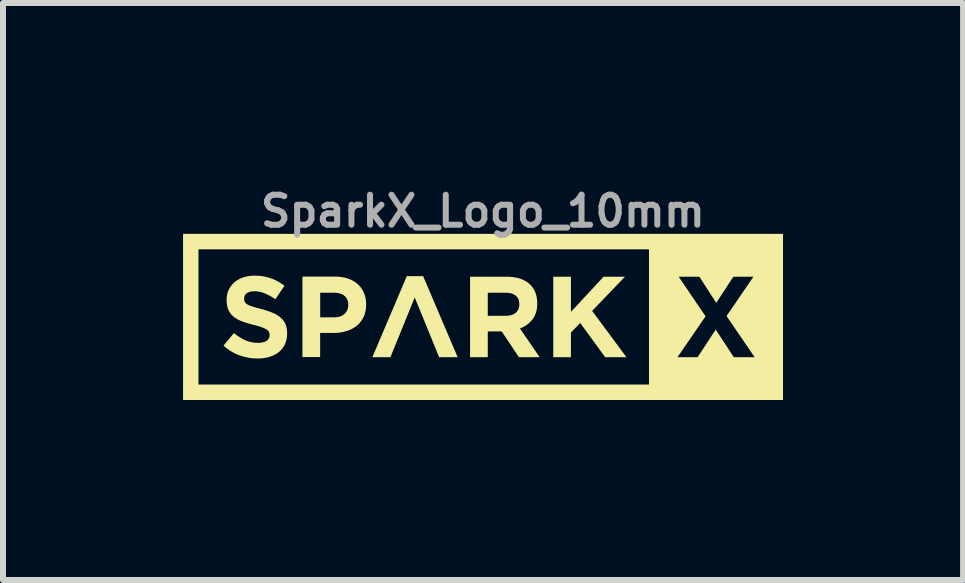
<source format=kicad_pcb>
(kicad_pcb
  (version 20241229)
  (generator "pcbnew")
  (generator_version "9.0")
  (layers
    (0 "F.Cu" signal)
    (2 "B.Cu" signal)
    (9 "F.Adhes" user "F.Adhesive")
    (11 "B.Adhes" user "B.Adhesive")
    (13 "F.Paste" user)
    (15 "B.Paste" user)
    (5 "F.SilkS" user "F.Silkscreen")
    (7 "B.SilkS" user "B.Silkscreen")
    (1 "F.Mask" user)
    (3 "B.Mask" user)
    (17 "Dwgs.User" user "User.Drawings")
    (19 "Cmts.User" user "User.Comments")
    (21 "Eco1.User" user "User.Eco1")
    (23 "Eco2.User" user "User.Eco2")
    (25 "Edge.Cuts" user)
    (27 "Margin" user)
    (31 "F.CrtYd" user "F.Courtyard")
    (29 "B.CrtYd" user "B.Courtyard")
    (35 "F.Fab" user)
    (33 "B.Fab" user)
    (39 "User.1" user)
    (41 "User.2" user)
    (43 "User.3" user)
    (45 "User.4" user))
  (footprint "SparkX_Logo_10mm"
    (layer "F.Cu")
    (at 4.996 2.218)
    (property "Reference" "SparkX_Logo_10mm" (at 0 -1.75 0) (layer "F.Fab") (effects (font (size 0.5 0.5) (thickness 0.1))))
    (attr board_only exclude_from_pos_files exclude_from_bom)
    (fp_poly (pts (xy -0.421 0.683) (xy -0.73 0.683) (xy -0.929 0.194) (xy -1.136 -0.312) (xy -1.541 0.683) (xy -1.842 0.683) (xy -1.268 -0.667) (xy -0.996 -0.667)) (stroke (width 0) (type solid)) (fill yes) (layer "F.SilkS"))
    (fp_poly (pts (xy 1.466 -0.071) (xy 2.01 -0.657) (xy 2.366 -0.657) (xy 1.82 -0.088) (xy 2.391 0.683) (xy 2.037 0.683) (xy 1.621 0.113) (xy 1.466 0.273) (xy 1.466 0.683) (xy 1.172 0.683) (xy 1.172 -0.657) (xy 1.466 -0.657)) (stroke (width 0) (type solid)) (fill yes) (layer "F.SilkS"))
    (fp_poly (pts (xy 5 1.396) (xy -4.996 1.396) (xy -4.996 -1.114) (xy -4.739 -1.114) (xy -4.739 1.139) (xy 2.767 1.139) (xy 2.767 0.683) (xy 3.242 0.683) (xy 3.577 0.683) (xy 3.879 0.223) (xy 4.18 0.683) (xy 4.527 0.683) (xy 4.059 -0.002) (xy 4.507 -0.657) (xy 4.172 -0.657) (xy 3.888 -0.222) (xy 3.607 -0.657) (xy 3.262 -0.657) (xy 3.71 0.002) (xy 3.242 0.683) (xy 2.767 0.683) (xy 2.767 -1.114) (xy -4.739 -1.114) (xy -4.996 -1.114) (xy -4.996 -1.371) (xy 5 -1.371)) (stroke (width 0) (type solid)) (fill yes) (layer "F.SilkS"))
    (fp_poly (pts (xy 0.428 -0.657) (xy 0.457 -0.655) (xy 0.485 -0.653) (xy 0.512 -0.65) (xy 0.538 -0.646) (xy 0.564 -0.641) (xy 0.588 -0.635) (xy 0.612 -0.628) (xy 0.635 -0.62) (xy 0.657 -0.611) (xy 0.678 -0.602) (xy 0.698 -0.591) (xy 0.718 -0.58) (xy 0.737 -0.568) (xy 0.755 -0.554) (xy 0.772 -0.54) (xy 0.788 -0.525) (xy 0.803 -0.51) (xy 0.817 -0.493) (xy 0.83 -0.476) (xy 0.842 -0.458) (xy 0.853 -0.439) (xy 0.863 -0.42) (xy 0.872 -0.4) (xy 0.879 -0.379) (xy 0.886 -0.358) (xy 0.892 -0.336) (xy 0.896 -0.313) (xy 0.9 -0.289) (xy 0.903 -0.265) (xy 0.904 -0.24) (xy 0.905 -0.214) (xy 0.905 -0.21) (xy 0.904 -0.19) (xy 0.903 -0.171) (xy 0.902 -0.152) (xy 0.9 -0.133) (xy 0.897 -0.115) (xy 0.893 -0.097) (xy 0.889 -0.08) (xy 0.884 -0.063) (xy 0.879 -0.047) (xy 0.873 -0.031) (xy 0.867 -0.015) (xy 0.859 -0.000348) (xy 0.852 0.014) (xy 0.843 0.028) (xy 0.834 0.042) (xy 0.825 0.055) (xy 0.815 0.067) (xy 0.804 0.079) (xy 0.793 0.091) (xy 0.782 0.102) (xy 0.77 0.113) (xy 0.758 0.123) (xy 0.746 0.133) (xy 0.733 0.143) (xy 0.72 0.152) (xy 0.706 0.161) (xy 0.692 0.169) (xy 0.678 0.177) (xy 0.663 0.185) (xy 0.648 0.192) (xy 0.633 0.198) (xy 0.617 0.204) (xy 0.945 0.683) (xy 0.6 0.683) (xy 0.313 0.254) (xy 0.081 0.254) (xy 0.081 0.683) (xy -0.214 0.683) (xy -0.214 -0.391) (xy 0.081 -0.391) (xy 0.081 -0.006) (xy 0.38 -0.006) (xy 0.393 -0.007) (xy 0.406 -0.007) (xy 0.419 -0.008) (xy 0.431 -0.01) (xy 0.443 -0.012) (xy 0.455 -0.014) (xy 0.466 -0.017) (xy 0.477 -0.02) (xy 0.487 -0.023) (xy 0.497 -0.027) (xy 0.506 -0.031) (xy 0.515 -0.036) (xy 0.524 -0.041) (xy 0.532 -0.046) (xy 0.54 -0.052) (xy 0.548 -0.058) (xy 0.555 -0.065) (xy 0.561 -0.072) (xy 0.568 -0.079) (xy 0.573 -0.087) (xy 0.578 -0.094) (xy 0.583 -0.102) (xy 0.588 -0.111) (xy 0.591 -0.119) (xy 0.595 -0.128) (xy 0.598 -0.137) (xy 0.6 -0.146) (xy 0.602 -0.156) (xy 0.604 -0.165) (xy 0.605 -0.176) (xy 0.606 -0.186) (xy 0.606 -0.196) (xy 0.606 -0.199) (xy 0.605 -0.211) (xy 0.605 -0.223) (xy 0.604 -0.234) (xy 0.602 -0.244) (xy 0.6 -0.255) (xy 0.597 -0.265) (xy 0.594 -0.274) (xy 0.591 -0.283) (xy 0.587 -0.292) (xy 0.582 -0.301) (xy 0.577 -0.309) (xy 0.572 -0.316) (xy 0.566 -0.324) (xy 0.559 -0.331) (xy 0.552 -0.337) (xy 0.545 -0.343) (xy 0.537 -0.349) (xy 0.529 -0.355) (xy 0.52 -0.36) (xy 0.511 -0.364) (xy 0.502 -0.369) (xy 0.492 -0.373) (xy 0.482 -0.376) (xy 0.471 -0.379) (xy 0.46 -0.382) (xy 0.449 -0.385) (xy 0.438 -0.387) (xy 0.426 -0.388) (xy 0.413 -0.39) (xy 0.4 -0.391) (xy 0.387 -0.391) (xy 0.374 -0.391) (xy 0.081 -0.391) (xy -0.214 -0.391) (xy -0.214 -0.657) (xy 0.399 -0.657)) (stroke (width 0) (type solid)) (fill yes) (layer "F.SilkS"))
    (fp_poly (pts (xy -2.444 -0.659) (xy -2.429 -0.659) (xy -2.414 -0.658) (xy -2.4 -0.657) (xy -2.386 -0.656) (xy -2.372 -0.654) (xy -2.358 -0.652) (xy -2.344 -0.65) (xy -2.331 -0.648) (xy -2.318 -0.646) (xy -2.305 -0.643) (xy -2.292 -0.64) (xy -2.28 -0.636) (xy -2.267 -0.633) (xy -2.255 -0.629) (xy -2.243 -0.625) (xy -2.231 -0.621) (xy -2.22 -0.616) (xy -2.209 -0.611) (xy -2.198 -0.606) (xy -2.187 -0.601) (xy -2.176 -0.596) (xy -2.166 -0.59) (xy -2.156 -0.584) (xy -2.146 -0.578) (xy -2.136 -0.572) (xy -2.126 -0.566) (xy -2.117 -0.559) (xy -2.108 -0.552) (xy -2.099 -0.545) (xy -2.091 -0.538) (xy -2.082 -0.53) (xy -2.074 -0.522) (xy -2.066 -0.514) (xy -2.058 -0.506) (xy -2.051 -0.498) (xy -2.043 -0.489) (xy -2.037 -0.481) (xy -2.03 -0.472) (xy -2.023 -0.463) (xy -2.017 -0.453) (xy -2.011 -0.444) (xy -2.005 -0.434) (xy -2 -0.425) (xy -1.995 -0.414) (xy -1.99 -0.404) (xy -1.985 -0.394) (xy -1.98 -0.383) (xy -1.976 -0.373) (xy -1.972 -0.362) (xy -1.968 -0.351) (xy -1.965 -0.339) (xy -1.962 -0.328) (xy -1.959 -0.317) (xy -1.956 -0.305) (xy -1.954 -0.293) (xy -1.952 -0.281) (xy -1.95 -0.269) (xy -1.949 -0.257) (xy -1.947 -0.245) (xy -1.947 -0.233) (xy -1.946 -0.22) (xy -1.945 -0.207) (xy -1.945 -0.194) (xy -1.945 -0.19) (xy -1.946 -0.192) (xy -1.946 -0.178) (xy -1.947 -0.164) (xy -1.948 -0.15) (xy -1.949 -0.136) (xy -1.95 -0.122) (xy -1.952 -0.109) (xy -1.954 -0.096) (xy -1.957 -0.083) (xy -1.96 -0.07) (xy -1.963 -0.058) (xy -1.966 -0.045) (xy -1.97 -0.033) (xy -1.974 -0.022) (xy -1.978 -0.01) (xy -1.983 0.001) (xy -1.988 0.013) (xy -1.994 0.023) (xy -1.999 0.034) (xy -2.005 0.045) (xy -2.011 0.055) (xy -2.018 0.065) (xy -2.024 0.075) (xy -2.031 0.084) (xy -2.038 0.094) (xy -2.046 0.103) (xy -2.053 0.112) (xy -2.061 0.12) (xy -2.069 0.129) (xy -2.078 0.137) (xy -2.086 0.145) (xy -2.095 0.153) (xy -2.104 0.16) (xy -2.113 0.168) (xy -2.123 0.175) (xy -2.133 0.181) (xy -2.142 0.188) (xy -2.152 0.194) (xy -2.163 0.201) (xy -2.173 0.206) (xy -2.184 0.212) (xy -2.195 0.218) (xy -2.206 0.223) (xy -2.217 0.228) (xy -2.228 0.233) (xy -2.24 0.237) (xy -2.252 0.241) (xy -2.264 0.246) (xy -2.276 0.249) (xy -2.301 0.256) (xy -2.327 0.263) (xy -2.352 0.268) (xy -2.379 0.272) (xy -2.405 0.275) (xy -2.433 0.278) (xy -2.46 0.279) (xy -2.488 0.279) (xy -2.712 0.279) (xy -2.712 0.681) (xy -3.007 0.681) (xy -3.007 -0.391) (xy -2.711 -0.391) (xy -2.711 0.019) (xy -2.477 0.019) (xy -2.463 0.018) (xy -2.45 0.018) (xy -2.437 0.017) (xy -2.425 0.015) (xy -2.413 0.013) (xy -2.401 0.01) (xy -2.39 0.008) (xy -2.379 0.004) (xy -2.368 0.000345) (xy -2.358 -0.004) (xy -2.348 -0.009) (xy -2.339 -0.014) (xy -2.33 -0.02) (xy -2.321 -0.026) (xy -2.313 -0.032) (xy -2.305 -0.039) (xy -2.298 -0.047) (xy -2.291 -0.055) (xy -2.284 -0.062) (xy -2.278 -0.071) (xy -2.273 -0.079) (xy -2.268 -0.087) (xy -2.263 -0.096) (xy -2.259 -0.105) (xy -2.256 -0.114) (xy -2.253 -0.124) (xy -2.25 -0.133) (xy -2.248 -0.143) (xy -2.246 -0.153) (xy -2.245 -0.163) (xy -2.244 -0.174) (xy -2.244 -0.184) (xy -2.244 -0.188) (xy -2.244 -0.201) (xy -2.245 -0.212) (xy -2.246 -0.224) (xy -2.248 -0.235) (xy -2.25 -0.246) (xy -2.253 -0.256) (xy -2.256 -0.266) (xy -2.26 -0.276) (xy -2.264 -0.285) (xy -2.269 -0.294) (xy -2.274 -0.303) (xy -2.28 -0.311) (xy -2.286 -0.318) (xy -2.293 -0.326) (xy -2.3 -0.333) (xy -2.308 -0.339) (xy -2.316 -0.346) (xy -2.325 -0.352) (xy -2.334 -0.357) (xy -2.343 -0.362) (xy -2.352 -0.367) (xy -2.362 -0.371) (xy -2.373 -0.375) (xy -2.384 -0.378) (xy -2.395 -0.381) (xy -2.406 -0.384) (xy -2.418 -0.386) (xy -2.43 -0.388) (xy -2.443 -0.389) (xy -2.456 -0.39) (xy -2.469 -0.391) (xy -2.483 -0.391) (xy -2.711 -0.391) (xy -3.007 -0.391) (xy -3.007 -0.659) (xy -2.459 -0.659)) (stroke (width 0) (type solid)) (fill yes) (layer "F.SilkS"))
    (fp_poly (pts (xy -3.785 -0.675) (xy -3.767 -0.674) (xy -3.749 -0.674) (xy -3.731 -0.672) (xy -3.714 -0.671) (xy -3.696 -0.669) (xy -3.679 -0.667) (xy -3.662 -0.664) (xy -3.645 -0.661) (xy -3.629 -0.658) (xy -3.612 -0.654) (xy -3.596 -0.65) (xy -3.58 -0.646) (xy -3.564 -0.641) (xy -3.548 -0.636) (xy -3.533 -0.631) (xy -3.517 -0.626) (xy -3.502 -0.62) (xy -3.487 -0.614) (xy -3.472 -0.607) (xy -3.458 -0.6) (xy -3.443 -0.593) (xy -3.429 -0.586) (xy -3.414 -0.578) (xy -3.4 -0.57) (xy -3.386 -0.562) (xy -3.372 -0.553) (xy -3.359 -0.544) (xy -3.345 -0.535) (xy -3.332 -0.525) (xy -3.319 -0.515) (xy -3.306 -0.505) (xy -3.459 -0.283) (xy -3.481 -0.298) (xy -3.503 -0.312) (xy -3.526 -0.326) (xy -3.548 -0.338) (xy -3.57 -0.35) (xy -3.592 -0.361) (xy -3.613 -0.371) (xy -3.635 -0.38) (xy -3.645 -0.384) (xy -3.656 -0.388) (xy -3.667 -0.392) (xy -3.677 -0.395) (xy -3.688 -0.399) (xy -3.699 -0.401) (xy -3.71 -0.404) (xy -3.721 -0.406) (xy -3.731 -0.408) (xy -3.742 -0.41) (xy -3.753 -0.412) (xy -3.764 -0.413) (xy -3.774 -0.414) (xy -3.785 -0.415) (xy -3.796 -0.415) (xy -3.807 -0.415) (xy -3.817 -0.415) (xy -3.827 -0.415) (xy -3.837 -0.414) (xy -3.847 -0.413) (xy -3.856 -0.412) (xy -3.865 -0.41) (xy -3.873 -0.409) (xy -3.882 -0.407) (xy -3.889 -0.404) (xy -3.897 -0.402) (xy -3.904 -0.399) (xy -3.911 -0.396) (xy -3.918 -0.393) (xy -3.924 -0.389) (xy -3.93 -0.385) (xy -3.935 -0.381) (xy -3.941 -0.377) (xy -3.946 -0.373) (xy -3.95 -0.368) (xy -3.954 -0.364) (xy -3.958 -0.359) (xy -3.962 -0.354) (xy -3.965 -0.349) (xy -3.968 -0.344) (xy -3.97 -0.339) (xy -3.973 -0.333) (xy -3.974 -0.328) (xy -3.976 -0.322) (xy -3.977 -0.316) (xy -3.978 -0.31) (xy -3.978 -0.304) (xy -3.978 -0.298) (xy -3.978 -0.294) (xy -3.978 -0.29) (xy -3.978 -0.286) (xy -3.978 -0.282) (xy -3.978 -0.278) (xy -3.977 -0.275) (xy -3.977 -0.271) (xy -3.976 -0.267) (xy -3.975 -0.264) (xy -3.975 -0.26) (xy -3.974 -0.257) (xy -3.973 -0.253) (xy -3.972 -0.25) (xy -3.971 -0.247) (xy -3.969 -0.243) (xy -3.968 -0.24) (xy -3.966 -0.237) (xy -3.965 -0.234) (xy -3.963 -0.231) (xy -3.961 -0.229) (xy -3.959 -0.226) (xy -3.957 -0.223) (xy -3.955 -0.22) (xy -3.952 -0.217) (xy -3.949 -0.215) (xy -3.946 -0.212) (xy -3.943 -0.209) (xy -3.94 -0.207) (xy -3.937 -0.204) (xy -3.933 -0.202) (xy -3.929 -0.199) (xy -3.926 -0.197) (xy -3.921 -0.194) (xy -3.913 -0.19) (xy -3.904 -0.185) (xy -3.894 -0.181) (xy -3.883 -0.176) (xy -3.872 -0.171) (xy -3.859 -0.167) (xy -3.846 -0.163) (xy -3.833 -0.158) (xy -3.768 -0.14) (xy -3.731 -0.129) (xy -3.69 -0.118) (xy -3.664 -0.112) (xy -3.64 -0.105) (xy -3.616 -0.097) (xy -3.593 -0.09) (xy -3.571 -0.082) (xy -3.549 -0.075) (xy -3.528 -0.067) (xy -3.508 -0.058) (xy -3.498 -0.054) (xy -3.488 -0.05) (xy -3.479 -0.046) (xy -3.469 -0.041) (xy -3.46 -0.036) (xy -3.451 -0.032) (xy -3.443 -0.027) (xy -3.434 -0.022) (xy -3.426 -0.017) (xy -3.418 -0.012) (xy -3.41 -0.006) (xy -3.402 -0.001) (xy -3.395 0.005) (xy -3.388 0.01) (xy -3.381 0.016) (xy -3.374 0.022) (xy -3.367 0.027) (xy -3.36 0.033) (xy -3.354 0.04) (xy -3.348 0.046) (xy -3.342 0.052) (xy -3.336 0.059) (xy -3.331 0.066) (xy -3.325 0.072) (xy -3.32 0.079) (xy -3.316 0.086) (xy -3.311 0.094) (xy -3.307 0.101) (xy -3.302 0.108) (xy -3.298 0.116) (xy -3.294 0.124) (xy -3.291 0.132) (xy -3.287 0.139) (xy -3.284 0.148) (xy -3.281 0.156) (xy -3.278 0.165) (xy -3.276 0.173) (xy -3.274 0.182) (xy -3.271 0.191) (xy -3.27 0.201) (xy -3.268 0.21) (xy -3.267 0.22) (xy -3.265 0.23) (xy -3.264 0.24) (xy -3.264 0.25) (xy -3.263 0.261) (xy -3.263 0.282) (xy -3.263 0.29) (xy -3.263 0.303) (xy -3.263 0.315) (xy -3.264 0.327) (xy -3.265 0.339) (xy -3.266 0.35) (xy -3.268 0.362) (xy -3.27 0.373) (xy -3.272 0.384) (xy -3.274 0.395) (xy -3.277 0.406) (xy -3.28 0.417) (xy -3.283 0.427) (xy -3.287 0.437) (xy -3.29 0.448) (xy -3.294 0.458) (xy -3.299 0.467) (xy -3.303 0.477) (xy -3.308 0.486) (xy -3.313 0.495) (xy -3.319 0.504) (xy -3.324 0.513) (xy -3.33 0.522) (xy -3.336 0.53) (xy -3.342 0.538) (xy -3.349 0.546) (xy -3.355 0.554) (xy -3.362 0.562) (xy -3.369 0.569) (xy -3.376 0.577) (xy -3.384 0.584) (xy -3.392 0.591) (xy -3.4 0.597) (xy -3.408 0.604) (xy -3.417 0.61) (xy -3.425 0.616) (xy -3.434 0.622) (xy -3.443 0.628) (xy -3.452 0.633) (xy -3.462 0.638) (xy -3.471 0.643) (xy -3.481 0.648) (xy -3.491 0.653) (xy -3.501 0.657) (xy -3.511 0.662) (xy -3.522 0.666) (xy -3.533 0.67) (xy -3.543 0.674) (xy -3.555 0.677) (xy -3.577 0.684) (xy -3.601 0.69) (xy -3.625 0.694) (xy -3.649 0.698) (xy -3.674 0.701) (xy -3.7 0.704) (xy -3.727 0.705) (xy -3.754 0.705) (xy -3.773 0.705) (xy -3.792 0.704) (xy -3.811 0.703) (xy -3.83 0.702) (xy -3.849 0.7) (xy -3.868 0.698) (xy -3.887 0.695) (xy -3.905 0.692) (xy -3.924 0.688) (xy -3.943 0.684) (xy -3.962 0.68) (xy -3.98 0.675) (xy -3.999 0.67) (xy -4.018 0.665) (xy -4.036 0.659) (xy -4.054 0.652) (xy -4.073 0.646) (xy -4.091 0.638) (xy -4.109 0.631) (xy -4.126 0.623) (xy -4.144 0.614) (xy -4.161 0.605) (xy -4.178 0.595) (xy -4.195 0.586) (xy -4.212 0.575) (xy -4.228 0.564) (xy -4.244 0.553) (xy -4.261 0.542) (xy -4.276 0.529) (xy -4.292 0.517) (xy -4.307 0.504) (xy -4.322 0.49) (xy -4.148 0.281) (xy -4.125 0.3) (xy -4.102 0.317) (xy -4.079 0.333) (xy -4.055 0.349) (xy -4.031 0.363) (xy -4.008 0.377) (xy -3.984 0.389) (xy -3.972 0.395) (xy -3.959 0.4) (xy -3.947 0.406) (xy -3.935 0.411) (xy -3.922 0.415) (xy -3.91 0.42) (xy -3.897 0.423) (xy -3.884 0.427) (xy -3.871 0.43) (xy -3.858 0.433) (xy -3.845 0.436) (xy -3.831 0.438) (xy -3.818 0.44) (xy -3.804 0.442) (xy -3.79 0.443) (xy -3.776 0.444) (xy -3.762 0.444) (xy -3.748 0.444) (xy -3.736 0.444) (xy -3.725 0.444) (xy -3.714 0.443) (xy -3.704 0.442) (xy -3.694 0.441) (xy -3.684 0.439) (xy -3.675 0.438) (xy -3.666 0.436) (xy -3.657 0.433) (xy -3.648 0.431) (xy -3.64 0.428) (xy -3.633 0.425) (xy -3.625 0.422) (xy -3.618 0.418) (xy -3.611 0.414) (xy -3.605 0.41) (xy -3.598 0.406) (xy -3.593 0.402) (xy -3.587 0.397) (xy -3.582 0.392) (xy -3.578 0.387) (xy -3.574 0.382) (xy -3.57 0.376) (xy -3.566 0.371) (xy -3.563 0.365) (xy -3.561 0.359) (xy -3.559 0.352) (xy -3.557 0.346) (xy -3.555 0.339) (xy -3.554 0.332) (xy -3.554 0.325) (xy -3.554 0.317) (xy -3.554 0.313) (xy -3.554 0.31) (xy -3.554 0.306) (xy -3.554 0.303) (xy -3.554 0.3) (xy -3.555 0.296) (xy -3.555 0.293) (xy -3.556 0.29) (xy -3.557 0.286) (xy -3.557 0.283) (xy -3.558 0.28) (xy -3.559 0.277) (xy -3.56 0.274) (xy -3.561 0.271) (xy -3.562 0.268) (xy -3.563 0.265) (xy -3.565 0.262) (xy -3.566 0.26) (xy -3.568 0.257) (xy -3.569 0.255) (xy -3.571 0.252) (xy -3.573 0.249) (xy -3.575 0.247) (xy -3.577 0.244) (xy -3.58 0.242) (xy -3.582 0.239) (xy -3.585 0.236) (xy -3.588 0.234) (xy -3.591 0.231) (xy -3.594 0.229) (xy -3.597 0.226) (xy -3.601 0.224) (xy -3.605 0.221) (xy -3.612 0.217) (xy -3.621 0.212) (xy -3.63 0.208) (xy -3.64 0.203) (xy -3.651 0.198) (xy -3.663 0.193) (xy -3.675 0.188) (xy -3.688 0.183) (xy -3.701 0.179) (xy -3.716 0.174) (xy -3.732 0.169) (xy -3.748 0.164) (xy -3.784 0.154) (xy -3.825 0.144) (xy -3.85 0.137) (xy -3.874 0.13) (xy -3.898 0.124) (xy -3.922 0.117) (xy -3.945 0.11) (xy -3.967 0.102) (xy -3.989 0.095) (xy -4.009 0.088) (xy -4.03 0.079) (xy -4.049 0.071) (xy -4.059 0.067) (xy -4.068 0.062) (xy -4.077 0.058) (xy -4.086 0.053) (xy -4.094 0.048) (xy -4.103 0.043) (xy -4.111 0.038) (xy -4.119 0.033) (xy -4.127 0.028) (xy -4.135 0.023) (xy -4.142 0.017) (xy -4.149 0.012) (xy -4.156 0.006) (xy -4.163 -0.000022) (xy -4.17 -0.006) (xy -4.176 -0.012) (xy -4.183 -0.019) (xy -4.189 -0.025) (xy -4.195 -0.032) (xy -4.2 -0.039) (xy -4.206 -0.046) (xy -4.211 -0.053) (xy -4.216 -0.061) (xy -4.221 -0.068) (xy -4.226 -0.076) (xy -4.23 -0.084) (xy -4.234 -0.092) (xy -4.238 -0.1) (xy -4.242 -0.109) (xy -4.246 -0.118) (xy -4.249 -0.127) (xy -4.252 -0.136) (xy -4.255 -0.146) (xy -4.258 -0.156) (xy -4.26 -0.166) (xy -4.262 -0.176) (xy -4.264 -0.187) (xy -4.266 -0.197) (xy -4.267 -0.208) (xy -4.268 -0.22) (xy -4.269 -0.231) (xy -4.27 -0.243) (xy -4.27 -0.255) (xy -4.27 -0.267) (xy -4.27 -0.271) (xy -4.27 -0.283) (xy -4.27 -0.294) (xy -4.269 -0.305) (xy -4.268 -0.317) (xy -4.267 -0.327) (xy -4.266 -0.338) (xy -4.264 -0.349) (xy -4.262 -0.359) (xy -4.26 -0.369) (xy -4.257 -0.38) (xy -4.254 -0.39) (xy -4.251 -0.399) (xy -4.248 -0.409) (xy -4.244 -0.419) (xy -4.241 -0.428) (xy -4.236 -0.437) (xy -4.232 -0.446) (xy -4.227 -0.455) (xy -4.222 -0.464) (xy -4.217 -0.473) (xy -4.212 -0.481) (xy -4.207 -0.489) (xy -4.201 -0.498) (xy -4.195 -0.506) (xy -4.189 -0.513) (xy -4.183 -0.521) (xy -4.176 -0.529) (xy -4.169 -0.536) (xy -4.163 -0.543) (xy -4.155 -0.55) (xy -4.148 -0.557) (xy -4.14 -0.564) (xy -4.133 -0.571) (xy -4.125 -0.577) (xy -4.116 -0.583) (xy -4.108 -0.589) (xy -4.099 -0.595) (xy -4.091 -0.601) (xy -4.082 -0.606) (xy -4.072 -0.611) (xy -4.063 -0.616) (xy -4.054 -0.621) (xy -4.044 -0.626) (xy -4.034 -0.63) (xy -4.024 -0.635) (xy -4.013 -0.639) (xy -4.003 -0.643) (xy -3.992 -0.646) (xy -3.971 -0.653) (xy -3.949 -0.659) (xy -3.926 -0.664) (xy -3.902 -0.668) (xy -3.879 -0.671) (xy -3.854 -0.673) (xy -3.829 -0.675) (xy -3.804 -0.675)) (stroke (width 0) (type solid)) (fill yes) (layer "F.SilkS")))
  (gr_rect
    (start -3 -3)
    (end 12.996 6.614)
    (stroke (width 0.1) (type default))
    (fill no)
    (layer "Edge.Cuts")))
</source>
